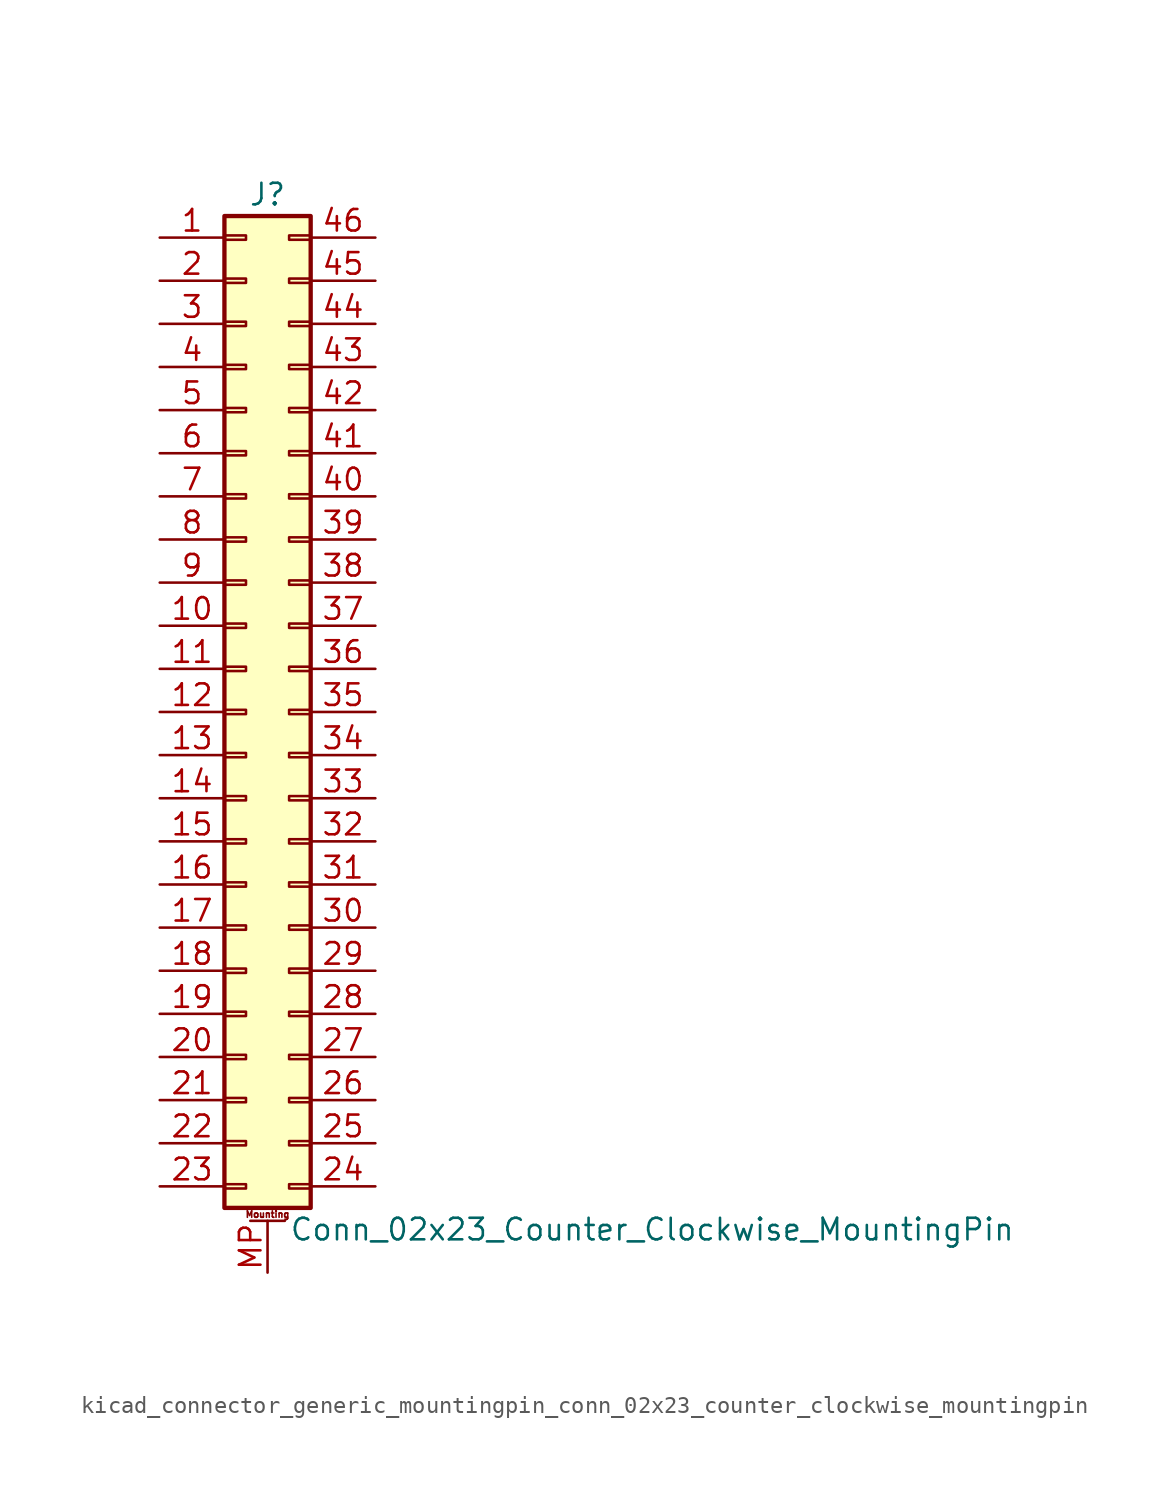
<source format=kicad_sym>
(kicad_symbol_lib
  (version 20220914)
  (generator kicad_symbol_editor)
  (symbol "kicad_connector_generic_mountingpin_conn_02x23_counter_clockwise_mountingpin"
    (pin_names
      (offset 1.016) hide)
    (property "Reference" "J"
      (at 1.27 30.48 0)
      (effects (font (size 1.27 1.27))))
    (property "Value" "Conn_02x23_Counter_Clockwise_MountingPin"
      (at 2.54 -30.48 0)
      (effects (font (size 1.27 1.27)) (justify left)))
    (symbol "kicad_connector_generic_mountingpin_conn_02x23_counter_clockwise_mountingpin_1_1"
      (rectangle (start -1.27 -27.813) (end 0 -28.067) (stroke (width 0.152) (type default)) (fill (type none)))
      (rectangle (start -1.27 -25.273) (end 0 -25.527) (stroke (width 0.152) (type default)) (fill (type none)))
      (rectangle (start -1.27 -22.733) (end 0 -22.987) (stroke (width 0.152) (type default)) (fill (type none)))
      (rectangle (start -1.27 -20.193) (end 0 -20.447) (stroke (width 0.152) (type default)) (fill (type none)))
      (rectangle (start -1.27 -17.653) (end 0 -17.907) (stroke (width 0.152) (type default)) (fill (type none)))
      (rectangle (start -1.27 -15.113) (end 0 -15.367) (stroke (width 0.152) (type default)) (fill (type none)))
      (rectangle (start -1.27 -12.573) (end 0 -12.827) (stroke (width 0.152) (type default)) (fill (type none)))
      (rectangle (start -1.27 -10.033) (end 0 -10.287) (stroke (width 0.152) (type default)) (fill (type none)))
      (rectangle (start -1.27 -7.493) (end 0 -7.747) (stroke (width 0.152) (type default)) (fill (type none)))
      (rectangle (start -1.27 -4.953) (end 0 -5.207) (stroke (width 0.152) (type default)) (fill (type none)))
      (rectangle (start -1.27 -2.413) (end 0 -2.667) (stroke (width 0.152) (type default)) (fill (type none)))
      (rectangle (start -1.27 0.127) (end 0 -0.127) (stroke (width 0.152) (type default)) (fill (type none)))
      (rectangle (start -1.27 2.667) (end 0 2.413) (stroke (width 0.152) (type default)) (fill (type none)))
      (rectangle (start -1.27 5.207) (end 0 4.953) (stroke (width 0.152) (type default)) (fill (type none)))
      (rectangle (start -1.27 7.747) (end 0 7.493) (stroke (width 0.152) (type default)) (fill (type none)))
      (rectangle (start -1.27 10.287) (end 0 10.033) (stroke (width 0.152) (type default)) (fill (type none)))
      (rectangle (start -1.27 12.827) (end 0 12.573) (stroke (width 0.152) (type default)) (fill (type none)))
      (rectangle (start -1.27 15.367) (end 0 15.113) (stroke (width 0.152) (type default)) (fill (type none)))
      (rectangle (start -1.27 17.907) (end 0 17.653) (stroke (width 0.152) (type default)) (fill (type none)))
      (rectangle (start -1.27 20.447) (end 0 20.193) (stroke (width 0.152) (type default)) (fill (type none)))
      (rectangle (start -1.27 22.987) (end 0 22.733) (stroke (width 0.152) (type default)) (fill (type none)))
      (rectangle (start -1.27 25.527) (end 0 25.273) (stroke (width 0.152) (type default)) (fill (type none)))
      (rectangle (start -1.27 28.067) (end 0 27.813) (stroke (width 0.152) (type default)) (fill (type none)))
      (rectangle (start -1.27 29.21) (end 3.81 -29.21) (stroke (width 0.254) (type default)) (fill (type background)))
      (polyline (pts (xy 0.254 -29.972) (xy 2.286 -29.972)) (stroke (width 0.152) (type default)) (fill (type none)))
      (rectangle (start 3.81 -27.813) (end 2.54 -28.067) (stroke (width 0.152) (type default)) (fill (type none)))
      (rectangle (start 3.81 -25.273) (end 2.54 -25.527) (stroke (width 0.152) (type default)) (fill (type none)))
      (rectangle (start 3.81 -22.733) (end 2.54 -22.987) (stroke (width 0.152) (type default)) (fill (type none)))
      (rectangle (start 3.81 -20.193) (end 2.54 -20.447) (stroke (width 0.152) (type default)) (fill (type none)))
      (rectangle (start 3.81 -17.653) (end 2.54 -17.907) (stroke (width 0.152) (type default)) (fill (type none)))
      (rectangle (start 3.81 -15.113) (end 2.54 -15.367) (stroke (width 0.152) (type default)) (fill (type none)))
      (rectangle (start 3.81 -12.573) (end 2.54 -12.827) (stroke (width 0.152) (type default)) (fill (type none)))
      (rectangle (start 3.81 -10.033) (end 2.54 -10.287) (stroke (width 0.152) (type default)) (fill (type none)))
      (rectangle (start 3.81 -7.493) (end 2.54 -7.747) (stroke (width 0.152) (type default)) (fill (type none)))
      (rectangle (start 3.81 -4.953) (end 2.54 -5.207) (stroke (width 0.152) (type default)) (fill (type none)))
      (rectangle (start 3.81 -2.413) (end 2.54 -2.667) (stroke (width 0.152) (type default)) (fill (type none)))
      (rectangle (start 3.81 0.127) (end 2.54 -0.127) (stroke (width 0.152) (type default)) (fill (type none)))
      (rectangle (start 3.81 2.667) (end 2.54 2.413) (stroke (width 0.152) (type default)) (fill (type none)))
      (rectangle (start 3.81 5.207) (end 2.54 4.953) (stroke (width 0.152) (type default)) (fill (type none)))
      (rectangle (start 3.81 7.747) (end 2.54 7.493) (stroke (width 0.152) (type default)) (fill (type none)))
      (rectangle (start 3.81 10.287) (end 2.54 10.033) (stroke (width 0.152) (type default)) (fill (type none)))
      (rectangle (start 3.81 12.827) (end 2.54 12.573) (stroke (width 0.152) (type default)) (fill (type none)))
      (rectangle (start 3.81 15.367) (end 2.54 15.113) (stroke (width 0.152) (type default)) (fill (type none)))
      (rectangle (start 3.81 17.907) (end 2.54 17.653) (stroke (width 0.152) (type default)) (fill (type none)))
      (rectangle (start 3.81 20.447) (end 2.54 20.193) (stroke (width 0.152) (type default)) (fill (type none)))
      (rectangle (start 3.81 22.987) (end 2.54 22.733) (stroke (width 0.152) (type default)) (fill (type none)))
      (rectangle (start 3.81 25.527) (end 2.54 25.273) (stroke (width 0.152) (type default)) (fill (type none)))
      (rectangle (start 3.81 28.067) (end 2.54 27.813) (stroke (width 0.152) (type default)) (fill (type none)))
      (text "Mounting" (at 1.27 -29.591 0) (effects (font (size 0.381 0.381))))
      (pin passive line (at -5.08 27.94 0) (length 3.81) (name "Pin_1" (effects (font (size 1.27 1.27)))) (number "1" (effects (font (size 1.27 1.27)))))
      (pin passive line (at -5.08 5.08 0) (length 3.81) (name "Pin_10" (effects (font (size 1.27 1.27)))) (number "10" (effects (font (size 1.27 1.27)))))
      (pin passive line (at -5.08 2.54 0) (length 3.81) (name "Pin_11" (effects (font (size 1.27 1.27)))) (number "11" (effects (font (size 1.27 1.27)))))
      (pin passive line (at -5.08 0 0) (length 3.81) (name "Pin_12" (effects (font (size 1.27 1.27)))) (number "12" (effects (font (size 1.27 1.27)))))
      (pin passive line (at -5.08 -2.54 0) (length 3.81) (name "Pin_13" (effects (font (size 1.27 1.27)))) (number "13" (effects (font (size 1.27 1.27)))))
      (pin passive line (at -5.08 -5.08 0) (length 3.81) (name "Pin_14" (effects (font (size 1.27 1.27)))) (number "14" (effects (font (size 1.27 1.27)))))
      (pin passive line (at -5.08 -7.62 0) (length 3.81) (name "Pin_15" (effects (font (size 1.27 1.27)))) (number "15" (effects (font (size 1.27 1.27)))))
      (pin passive line (at -5.08 -10.16 0) (length 3.81) (name "Pin_16" (effects (font (size 1.27 1.27)))) (number "16" (effects (font (size 1.27 1.27)))))
      (pin passive line (at -5.08 -12.7 0) (length 3.81) (name "Pin_17" (effects (font (size 1.27 1.27)))) (number "17" (effects (font (size 1.27 1.27)))))
      (pin passive line (at -5.08 -15.24 0) (length 3.81) (name "Pin_18" (effects (font (size 1.27 1.27)))) (number "18" (effects (font (size 1.27 1.27)))))
      (pin passive line (at -5.08 -17.78 0) (length 3.81) (name "Pin_19" (effects (font (size 1.27 1.27)))) (number "19" (effects (font (size 1.27 1.27)))))
      (pin passive line (at -5.08 25.4 0) (length 3.81) (name "Pin_2" (effects (font (size 1.27 1.27)))) (number "2" (effects (font (size 1.27 1.27)))))
      (pin passive line (at -5.08 -20.32 0) (length 3.81) (name "Pin_20" (effects (font (size 1.27 1.27)))) (number "20" (effects (font (size 1.27 1.27)))))
      (pin passive line (at -5.08 -22.86 0) (length 3.81) (name "Pin_21" (effects (font (size 1.27 1.27)))) (number "21" (effects (font (size 1.27 1.27)))))
      (pin passive line (at -5.08 -25.4 0) (length 3.81) (name "Pin_22" (effects (font (size 1.27 1.27)))) (number "22" (effects (font (size 1.27 1.27)))))
      (pin passive line (at -5.08 -27.94 0) (length 3.81) (name "Pin_23" (effects (font (size 1.27 1.27)))) (number "23" (effects (font (size 1.27 1.27)))))
      (pin passive line (at 7.62 -27.94 180) (length 3.81) (name "Pin_24" (effects (font (size 1.27 1.27)))) (number "24" (effects (font (size 1.27 1.27)))))
      (pin passive line (at 7.62 -25.4 180) (length 3.81) (name "Pin_25" (effects (font (size 1.27 1.27)))) (number "25" (effects (font (size 1.27 1.27)))))
      (pin passive line (at 7.62 -22.86 180) (length 3.81) (name "Pin_26" (effects (font (size 1.27 1.27)))) (number "26" (effects (font (size 1.27 1.27)))))
      (pin passive line (at 7.62 -20.32 180) (length 3.81) (name "Pin_27" (effects (font (size 1.27 1.27)))) (number "27" (effects (font (size 1.27 1.27)))))
      (pin passive line (at 7.62 -17.78 180) (length 3.81) (name "Pin_28" (effects (font (size 1.27 1.27)))) (number "28" (effects (font (size 1.27 1.27)))))
      (pin passive line (at 7.62 -15.24 180) (length 3.81) (name "Pin_29" (effects (font (size 1.27 1.27)))) (number "29" (effects (font (size 1.27 1.27)))))
      (pin passive line (at -5.08 22.86 0) (length 3.81) (name "Pin_3" (effects (font (size 1.27 1.27)))) (number "3" (effects (font (size 1.27 1.27)))))
      (pin passive line (at 7.62 -12.7 180) (length 3.81) (name "Pin_30" (effects (font (size 1.27 1.27)))) (number "30" (effects (font (size 1.27 1.27)))))
      (pin passive line (at 7.62 -10.16 180) (length 3.81) (name "Pin_31" (effects (font (size 1.27 1.27)))) (number "31" (effects (font (size 1.27 1.27)))))
      (pin passive line (at 7.62 -7.62 180) (length 3.81) (name "Pin_32" (effects (font (size 1.27 1.27)))) (number "32" (effects (font (size 1.27 1.27)))))
      (pin passive line (at 7.62 -5.08 180) (length 3.81) (name "Pin_33" (effects (font (size 1.27 1.27)))) (number "33" (effects (font (size 1.27 1.27)))))
      (pin passive line (at 7.62 -2.54 180) (length 3.81) (name "Pin_34" (effects (font (size 1.27 1.27)))) (number "34" (effects (font (size 1.27 1.27)))))
      (pin passive line (at 7.62 0 180) (length 3.81) (name "Pin_35" (effects (font (size 1.27 1.27)))) (number "35" (effects (font (size 1.27 1.27)))))
      (pin passive line (at 7.62 2.54 180) (length 3.81) (name "Pin_36" (effects (font (size 1.27 1.27)))) (number "36" (effects (font (size 1.27 1.27)))))
      (pin passive line (at 7.62 5.08 180) (length 3.81) (name "Pin_37" (effects (font (size 1.27 1.27)))) (number "37" (effects (font (size 1.27 1.27)))))
      (pin passive line (at 7.62 7.62 180) (length 3.81) (name "Pin_38" (effects (font (size 1.27 1.27)))) (number "38" (effects (font (size 1.27 1.27)))))
      (pin passive line (at 7.62 10.16 180) (length 3.81) (name "Pin_39" (effects (font (size 1.27 1.27)))) (number "39" (effects (font (size 1.27 1.27)))))
      (pin passive line (at -5.08 20.32 0) (length 3.81) (name "Pin_4" (effects (font (size 1.27 1.27)))) (number "4" (effects (font (size 1.27 1.27)))))
      (pin passive line (at 7.62 12.7 180) (length 3.81) (name "Pin_40" (effects (font (size 1.27 1.27)))) (number "40" (effects (font (size 1.27 1.27)))))
      (pin passive line (at 7.62 15.24 180) (length 3.81) (name "Pin_41" (effects (font (size 1.27 1.27)))) (number "41" (effects (font (size 1.27 1.27)))))
      (pin passive line (at 7.62 17.78 180) (length 3.81) (name "Pin_42" (effects (font (size 1.27 1.27)))) (number "42" (effects (font (size 1.27 1.27)))))
      (pin passive line (at 7.62 20.32 180) (length 3.81) (name "Pin_43" (effects (font (size 1.27 1.27)))) (number "43" (effects (font (size 1.27 1.27)))))
      (pin passive line (at 7.62 22.86 180) (length 3.81) (name "Pin_44" (effects (font (size 1.27 1.27)))) (number "44" (effects (font (size 1.27 1.27)))))
      (pin passive line (at 7.62 25.4 180) (length 3.81) (name "Pin_45" (effects (font (size 1.27 1.27)))) (number "45" (effects (font (size 1.27 1.27)))))
      (pin passive line (at 7.62 27.94 180) (length 3.81) (name "Pin_46" (effects (font (size 1.27 1.27)))) (number "46" (effects (font (size 1.27 1.27)))))
      (pin passive line (at -5.08 17.78 0) (length 3.81) (name "Pin_5" (effects (font (size 1.27 1.27)))) (number "5" (effects (font (size 1.27 1.27)))))
      (pin passive line (at -5.08 15.24 0) (length 3.81) (name "Pin_6" (effects (font (size 1.27 1.27)))) (number "6" (effects (font (size 1.27 1.27)))))
      (pin passive line (at -5.08 12.7 0) (length 3.81) (name "Pin_7" (effects (font (size 1.27 1.27)))) (number "7" (effects (font (size 1.27 1.27)))))
      (pin passive line (at -5.08 10.16 0) (length 3.81) (name "Pin_8" (effects (font (size 1.27 1.27)))) (number "8" (effects (font (size 1.27 1.27)))))
      (pin passive line (at -5.08 7.62 0) (length 3.81) (name "Pin_9" (effects (font (size 1.27 1.27)))) (number "9" (effects (font (size 1.27 1.27)))))
      (pin passive line (at 1.27 -33.02 90) (length 3.048) (name "MountPin" (effects (font (size 1.27 1.27)))) (number "MP" (effects (font (size 1.27 1.27))))))))
</source>
